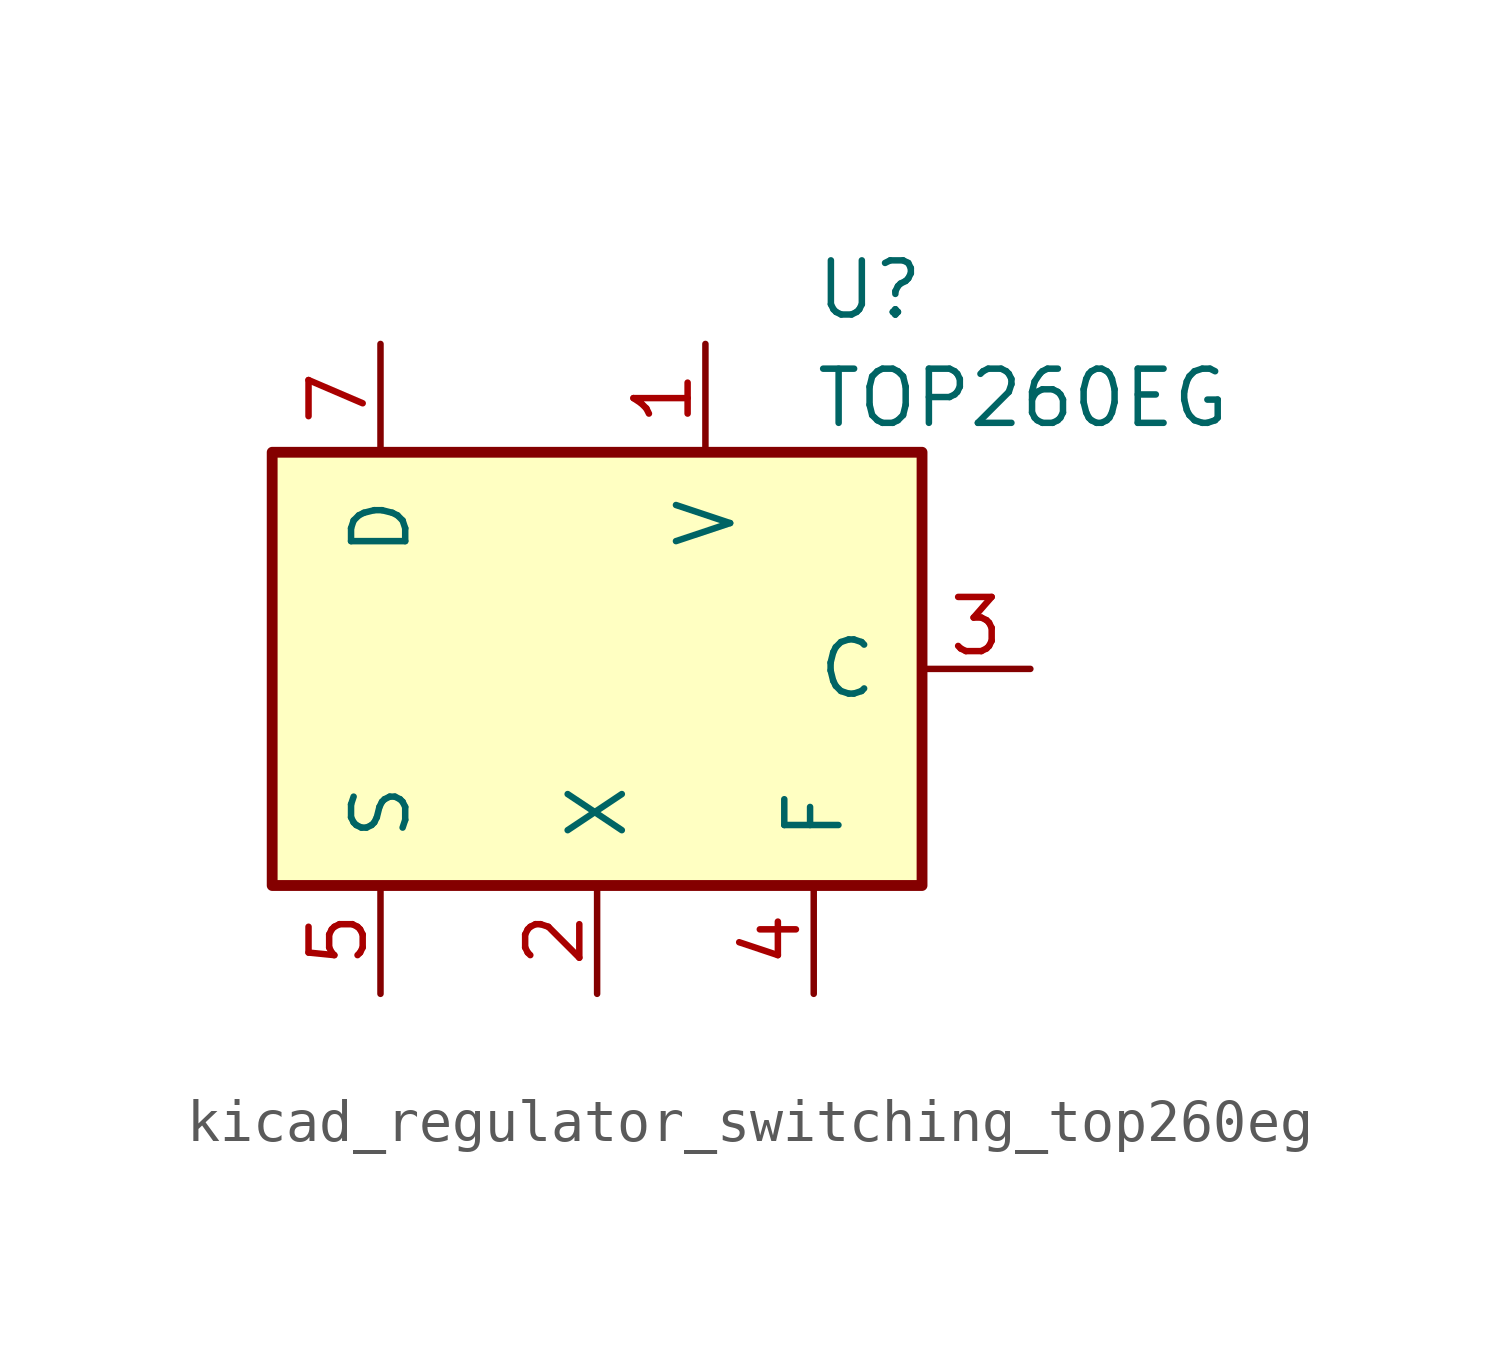
<source format=kicad_sym>
(kicad_symbol_lib
  (version 20220914)
  (generator kicad_symbol_editor)
  (symbol "kicad_regulator_switching_top260eg"
    (pin_names
      (offset 1.016))
    (property "Reference" "U"
      (at 5.08 8.89 0)
      (effects (font (size 1.27 1.27)) (justify left)))
    (property "Value" "TOP260EG"
      (at 5.08 6.35 0)
      (effects (font (size 1.27 1.27)) (justify left)))
    (symbol "kicad_regulator_switching_top260eg_0_1"
      (rectangle (start -7.62 5.08) (end 7.62 -5.08) (stroke (width 0.254) (type default)) (fill (type background))))
    (symbol "kicad_regulator_switching_top260eg_1_1"
      (pin input line (at 2.54 7.62 270) (length 2.54) (name "V" (effects (font (size 1.27 1.27)))) (number "1" (effects (font (size 1.27 1.27)))))
      (pin input line (at 0 -7.62 90) (length 2.54) (name "X" (effects (font (size 1.27 1.27)))) (number "2" (effects (font (size 1.27 1.27)))))
      (pin input line (at 10.16 0 180) (length 2.54) (name "C" (effects (font (size 1.27 1.27)))) (number "3" (effects (font (size 1.27 1.27)))))
      (pin passive line (at 5.08 -7.62 90) (length 2.54) (name "F" (effects (font (size 1.27 1.27)))) (number "4" (effects (font (size 1.27 1.27)))))
      (pin power_in line (at -5.08 -7.62 90) (length 2.54) (name "S" (effects (font (size 1.27 1.27)))) (number "5" (effects (font (size 1.27 1.27)))))
      (pin open_collector line (at -5.08 7.62 270) (length 2.54) (name "D" (effects (font (size 1.27 1.27)))) (number "7" (effects (font (size 1.27 1.27))))))))
</source>
